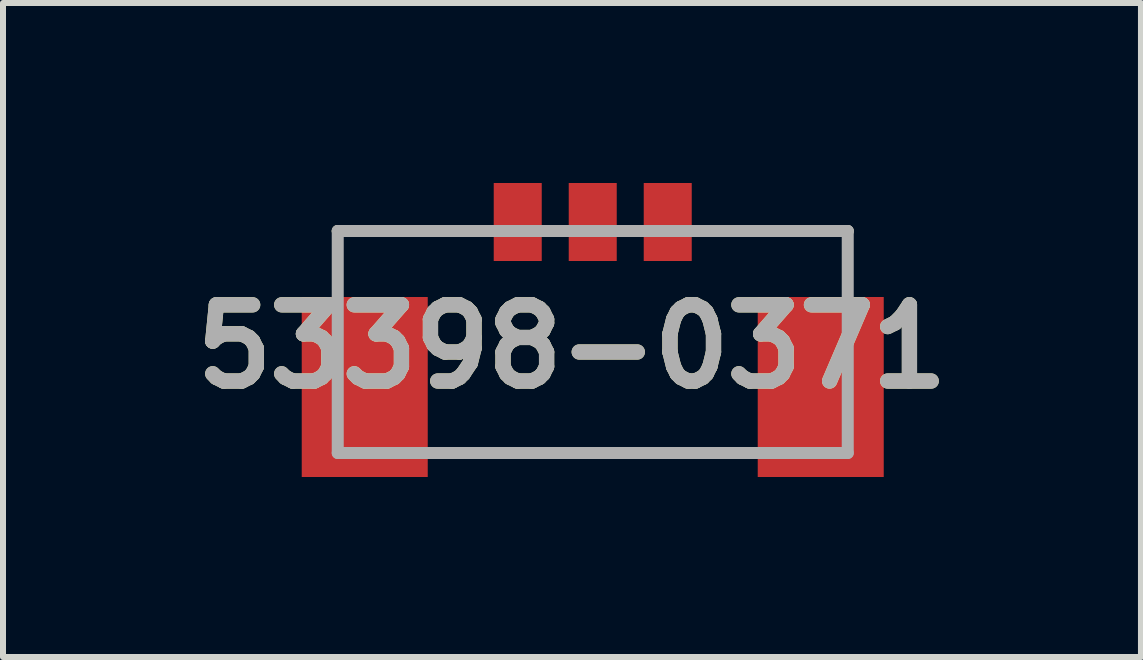
<source format=kicad_pcb>
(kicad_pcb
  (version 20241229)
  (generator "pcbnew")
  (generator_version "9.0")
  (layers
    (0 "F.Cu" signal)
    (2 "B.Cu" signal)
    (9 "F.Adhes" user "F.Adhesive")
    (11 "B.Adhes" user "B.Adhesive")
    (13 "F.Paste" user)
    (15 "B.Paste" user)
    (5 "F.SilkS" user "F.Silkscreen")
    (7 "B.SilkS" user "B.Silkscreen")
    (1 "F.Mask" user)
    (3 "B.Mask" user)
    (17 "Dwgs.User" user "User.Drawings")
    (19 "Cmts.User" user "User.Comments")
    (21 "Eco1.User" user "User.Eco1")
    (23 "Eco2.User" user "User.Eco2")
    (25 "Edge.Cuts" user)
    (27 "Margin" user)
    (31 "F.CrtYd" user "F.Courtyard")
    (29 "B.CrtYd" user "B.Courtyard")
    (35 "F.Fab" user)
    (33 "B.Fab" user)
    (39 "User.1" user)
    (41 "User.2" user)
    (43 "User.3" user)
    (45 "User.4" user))
  (footprint "53398-0371"
    (layer "F.Cu")
    (at 6.829 0.8)
    (property "Reference" "53398-0371" (at -0.346 1.926 0) (layer "F.SilkS") (effects (font (size 1.27 1.27) (thickness 0.254))))
    (attr smd)
    (fp_line (start -4.25 0) (end -1.991 0) (stroke (width 0.2) (type solid)) (layer "F.SilkS"))
    (fp_line (start -2.4 3.7) (end 2.4 3.7) (stroke (width 0.2) (type solid)) (layer "F.SilkS"))
    (fp_line (start 4.25 0) (end 1.991 0) (stroke (width 0.2) (type solid)) (layer "F.SilkS"))
    (fp_line (start -4.25 0) (end 4.25 0) (stroke (width 0.2) (type solid)) (layer "F.Fab"))
    (fp_line (start -4.25 3.7) (end -4.25 0) (stroke (width 0.2) (type solid)) (layer "F.Fab"))
    (fp_line (start 4.25 0) (end 4.25 3.7) (stroke (width 0.2) (type solid)) (layer "F.Fab"))
    (fp_line (start 4.25 3.7) (end -4.25 3.7) (stroke (width 0.2) (type solid)) (layer "F.Fab"))
    (fp_text user "${REFERENCE}" (at -0.346 1.926 0) (layer "F.Fab") (effects (font (size 1.27 1.27) (thickness 0.254))))
    (pad "1" smd rect (at -1.25 -0.15) (size 0.8 1.3) (layers "F.Cu" "F.Mask" "F.Paste"))
    (pad "2" smd rect (at 0 -0.15) (size 0.8 1.3) (layers "F.Cu" "F.Mask" "F.Paste"))
    (pad "3" smd rect (at 1.25 -0.15) (size 0.8 1.3) (layers "F.Cu" "F.Mask" "F.Paste"))
    (pad "4" smd rect (at -3.8 2.6) (size 2.1 3) (layers "F.Cu" "F.Mask" "F.Paste"))
    (pad "5" smd rect (at 3.8 2.6) (size 2.1 3) (layers "F.Cu" "F.Mask" "F.Paste")))
  (gr_rect
    (start -3 -3)
    (end 15.966 7.9)
    (stroke (width 0.1) (type default))
    (fill no)
    (layer "Edge.Cuts")))
</source>
